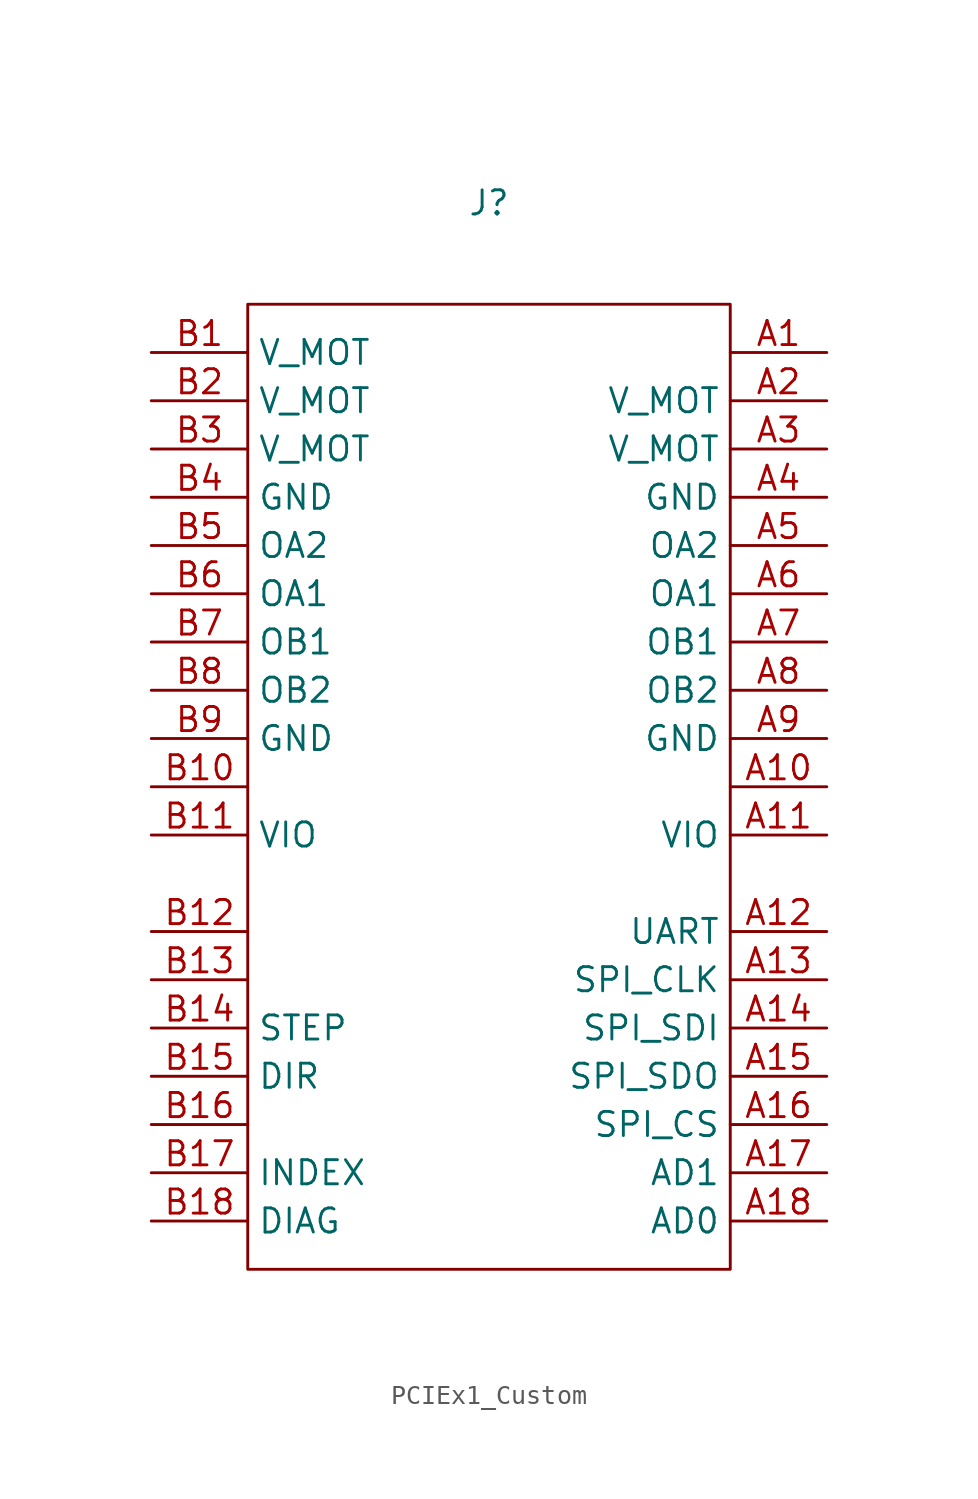
<source format=kicad_sym>
(kicad_symbol_lib
  (version 20231120)
  (generator "kicad_symbol_editor")
  (generator_version "8.0")
  (symbol "PCIEx1_Custom"
    (property "Reference" "J"
      (at 0 25.654 0)
      (effects (font (size 1.27 1.27))))
    (property "Value" ""
      (at 0 0 0)
      (effects (font (size 1.27 1.27))))
    (symbol "PCIEx1_Custom_0_1"
      (rectangle (start -12.7 20.32) (end 12.7 -30.48) (stroke (width 0) (type default)) (fill (type none))))
    (symbol "PCIEx1_Custom_1_0"
      (pin input line (at 17.78 -5.08 180) (length 5.08) (name "" (effects (font (size 1.27 1.27)))) (number "A10" (effects (font (size 1.27 1.27)))))
      (pin input line (at 17.78 -7.62 180) (length 5.08) (name "VIO" (effects (font (size 1.27 1.27)))) (number "A11" (effects (font (size 1.27 1.27)))))
      (pin input line (at 17.78 -12.7 180) (length 5.08) (name "UART" (effects (font (size 1.27 1.27)))) (number "A12" (effects (font (size 1.27 1.27)))))
      (pin input line (at 17.78 -15.24 180) (length 5.08) (name "SPI_CLK" (effects (font (size 1.27 1.27)))) (number "A13" (effects (font (size 1.27 1.27)))))
      (pin input line (at 17.78 -17.78 180) (length 5.08) (name "SPI_SDI" (effects (font (size 1.27 1.27)))) (number "A14" (effects (font (size 1.27 1.27)))))
      (pin input line (at 17.78 -20.32 180) (length 5.08) (name "SPI_SDO" (effects (font (size 1.27 1.27)))) (number "A15" (effects (font (size 1.27 1.27)))))
      (pin input line (at 17.78 -22.86 180) (length 5.08) (name "SPI_CS" (effects (font (size 1.27 1.27)))) (number "A16" (effects (font (size 1.27 1.27)))))
      (pin input line (at 17.78 -25.4 180) (length 5.08) (name "AD1" (effects (font (size 1.27 1.27)))) (number "A17" (effects (font (size 1.27 1.27)))))
      (pin input line (at 17.78 -27.94 180) (length 5.08) (name "AD0" (effects (font (size 1.27 1.27)))) (number "A18" (effects (font (size 1.27 1.27)))))
      (pin input line (at 17.78 15.24 180) (length 5.08) (name "V_MOT" (effects (font (size 1.27 1.27)))) (number "A2" (effects (font (size 1.27 1.27)))))
      (pin input line (at 17.78 12.7 180) (length 5.08) (name "V_MOT" (effects (font (size 1.27 1.27)))) (number "A3" (effects (font (size 1.27 1.27)))))
      (pin input line (at 17.78 10.16 180) (length 5.08) (name "GND" (effects (font (size 1.27 1.27)))) (number "A4" (effects (font (size 1.27 1.27)))))
      (pin input line (at 17.78 7.62 180) (length 5.08) (name "OA2" (effects (font (size 1.27 1.27)))) (number "A5" (effects (font (size 1.27 1.27)))))
      (pin input line (at 17.78 5.08 180) (length 5.08) (name "OA1" (effects (font (size 1.27 1.27)))) (number "A6" (effects (font (size 1.27 1.27)))))
      (pin input line (at 17.78 2.54 180) (length 5.08) (name "OB1" (effects (font (size 1.27 1.27)))) (number "A7" (effects (font (size 1.27 1.27)))))
      (pin input line (at 17.78 0 180) (length 5.08) (name "OB2" (effects (font (size 1.27 1.27)))) (number "A8" (effects (font (size 1.27 1.27)))))
      (pin input line (at 17.78 -2.54 180) (length 5.08) (name "GND" (effects (font (size 1.27 1.27)))) (number "A9" (effects (font (size 1.27 1.27)))))
      (pin input line (at -17.78 -5.08 0) (length 5.08) (name "" (effects (font (size 1.27 1.27)))) (number "B10" (effects (font (size 1.27 1.27)))))
      (pin input line (at -17.78 -7.62 0) (length 5.08) (name "VIO" (effects (font (size 1.27 1.27)))) (number "B11" (effects (font (size 1.27 1.27)))))
      (pin input line (at -17.78 -12.7 0) (length 5.08) (name "" (effects (font (size 1.27 1.27)))) (number "B12" (effects (font (size 1.27 1.27)))))
      (pin input line (at -17.78 -15.24 0) (length 5.08) (name "" (effects (font (size 1.27 1.27)))) (number "B13" (effects (font (size 1.27 1.27)))))
      (pin input line (at -17.78 -17.78 0) (length 5.08) (name "STEP" (effects (font (size 1.27 1.27)))) (number "B14" (effects (font (size 1.27 1.27)))))
      (pin input line (at -17.78 -20.32 0) (length 5.08) (name "DIR" (effects (font (size 1.27 1.27)))) (number "B15" (effects (font (size 1.27 1.27)))))
      (pin input line (at -17.78 -22.86 0) (length 5.08) (name "" (effects (font (size 1.27 1.27)))) (number "B16" (effects (font (size 1.27 1.27)))))
      (pin input line (at -17.78 -25.4 0) (length 5.08) (name "INDEX" (effects (font (size 1.27 1.27)))) (number "B17" (effects (font (size 1.27 1.27)))))
      (pin input line (at -17.78 -27.94 0) (length 5.08) (name "DIAG" (effects (font (size 1.27 1.27)))) (number "B18" (effects (font (size 1.27 1.27)))))
      (pin input line (at -17.78 15.24 0) (length 5.08) (name "V_MOT" (effects (font (size 1.27 1.27)))) (number "B2" (effects (font (size 1.27 1.27)))))
      (pin input line (at -17.78 12.7 0) (length 5.08) (name "V_MOT" (effects (font (size 1.27 1.27)))) (number "B3" (effects (font (size 1.27 1.27)))))
      (pin input line (at -17.78 10.16 0) (length 5.08) (name "GND" (effects (font (size 1.27 1.27)))) (number "B4" (effects (font (size 1.27 1.27)))))
      (pin input line (at -17.78 7.62 0) (length 5.08) (name "OA2" (effects (font (size 1.27 1.27)))) (number "B5" (effects (font (size 1.27 1.27)))))
      (pin input line (at -17.78 5.08 0) (length 5.08) (name "OA1" (effects (font (size 1.27 1.27)))) (number "B6" (effects (font (size 1.27 1.27)))))
      (pin input line (at -17.78 2.54 0) (length 5.08) (name "OB1" (effects (font (size 1.27 1.27)))) (number "B7" (effects (font (size 1.27 1.27)))))
      (pin input line (at -17.78 0 0) (length 5.08) (name "OB2" (effects (font (size 1.27 1.27)))) (number "B8" (effects (font (size 1.27 1.27)))))
      (pin input line (at -17.78 -2.54 0) (length 5.08) (name "GND" (effects (font (size 1.27 1.27)))) (number "B9" (effects (font (size 1.27 1.27))))))
    (symbol "PCIEx1_Custom_1_1"
      (pin input line (at 17.78 17.78 180) (length 5.08) (name "" (effects (font (size 1.27 1.27)))) (number "A1" (effects (font (size 1.27 1.27)))))
      (pin input line (at -17.78 17.78 0) (length 5.08) (name "V_MOT" (effects (font (size 1.27 1.27)))) (number "B1" (effects (font (size 1.27 1.27))))))))
</source>
